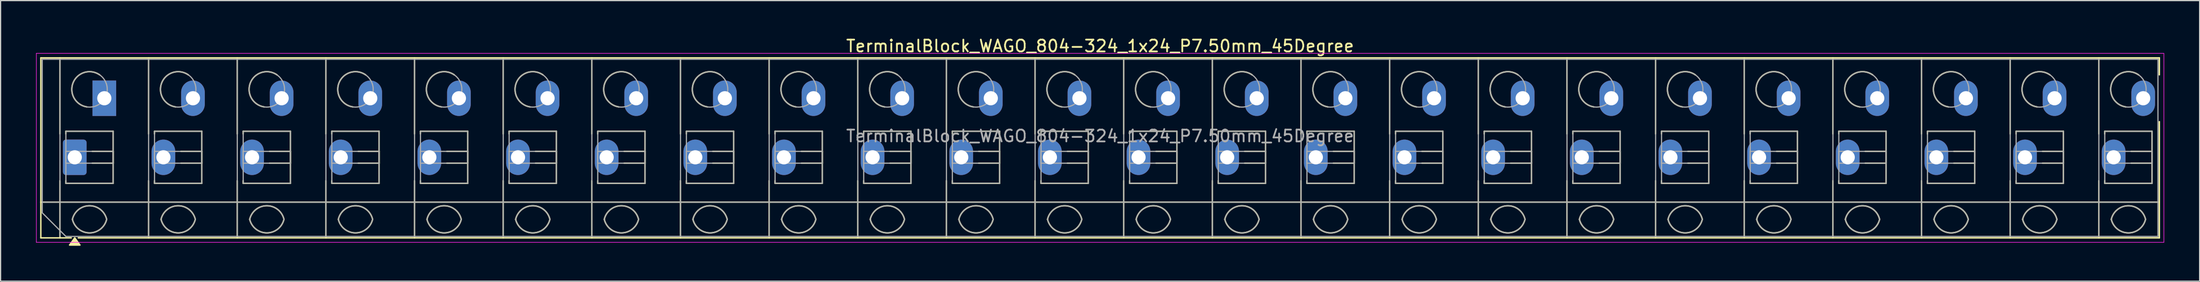
<source format=kicad_pcb>
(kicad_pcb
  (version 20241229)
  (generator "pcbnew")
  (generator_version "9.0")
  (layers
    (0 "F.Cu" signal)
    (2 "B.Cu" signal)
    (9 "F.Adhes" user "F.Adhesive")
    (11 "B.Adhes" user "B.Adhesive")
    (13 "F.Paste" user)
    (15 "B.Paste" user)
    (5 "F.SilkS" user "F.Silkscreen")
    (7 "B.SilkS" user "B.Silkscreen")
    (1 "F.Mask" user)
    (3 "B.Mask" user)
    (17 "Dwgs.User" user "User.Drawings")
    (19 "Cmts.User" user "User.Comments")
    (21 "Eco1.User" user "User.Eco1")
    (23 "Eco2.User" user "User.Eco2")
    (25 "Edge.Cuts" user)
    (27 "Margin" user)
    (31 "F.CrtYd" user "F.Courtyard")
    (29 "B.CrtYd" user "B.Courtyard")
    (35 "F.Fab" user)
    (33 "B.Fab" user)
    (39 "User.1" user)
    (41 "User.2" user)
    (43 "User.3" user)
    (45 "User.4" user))
  (footprint "TerminalBlock_WAGO_804-324_1x24_P7.50mm_45Degree"
    (layer "F.Cu")
    (at 3.275 10.268)
    (property "Reference" "TerminalBlock_WAGO_804-324_1x24_P7.50mm_45Degree" (at 86.75 -9.42 0) (layer "F.SilkS") (effects (font (size 1 1) (thickness 0.15))))
    (attr through_hole)
    (fp_line (start -2.87 -8.42) (end -2.87 6.82) (stroke (width 0.12) (type solid)) (layer "F.SilkS"))
    (fp_line (start -2.87 -8.42) (end 176.37 -8.42) (stroke (width 0.12) (type solid)) (layer "F.SilkS"))
    (fp_line (start -2.87 3.8) (end 176.37 3.8) (stroke (width 0.12) (type solid)) (layer "F.SilkS"))
    (fp_line (start -2.87 6.82) (end -0.3 6.82) (stroke (width 0.12) (type solid)) (layer "F.SilkS"))
    (fp_line (start -1.25 -8.42) (end -1.25 -1.98) (stroke (width 0.12) (type solid)) (layer "F.SilkS"))
    (fp_line (start -1.25 1.98) (end -1.25 6.82) (stroke (width 0.12) (type solid)) (layer "F.SilkS"))
    (fp_line (start -0.75 -2.2) (end -0.75 -1.98) (stroke (width 0.12) (type solid)) (layer "F.SilkS"))
    (fp_line (start -0.75 -2.2) (end 3.25 -2.2) (stroke (width 0.12) (type solid)) (layer "F.SilkS"))
    (fp_line (start -0.75 1.98) (end -0.75 2.2) (stroke (width 0.12) (type solid)) (layer "F.SilkS"))
    (fp_line (start -0.75 2.2) (end 3.25 2.2) (stroke (width 0.12) (type solid)) (layer "F.SilkS"))
    (fp_line (start 0.3 6.82) (end 176.37 6.82) (stroke (width 0.12) (type solid)) (layer "F.SilkS"))
    (fp_line (start 1.48 -0.5) (end 3.25 -0.5) (stroke (width 0.12) (type solid)) (layer "F.SilkS"))
    (fp_line (start 1.48 0.5) (end 3.25 0.5) (stroke (width 0.12) (type solid)) (layer "F.SilkS"))
    (fp_line (start 3.25 -2.2) (end 3.25 2.2) (stroke (width 0.12) (type solid)) (layer "F.SilkS"))
    (fp_line (start 3.25 -0.5) (end 3.25 0.5) (stroke (width 0.12) (type solid)) (layer "F.SilkS"))
    (fp_line (start 6.25 -8.42) (end 6.25 -1.98) (stroke (width 0.12) (type solid)) (layer "F.SilkS"))
    (fp_line (start 6.25 1.98) (end 6.25 6.82) (stroke (width 0.12) (type solid)) (layer "F.SilkS"))
    (fp_line (start 6.75 -2.2) (end 6.75 -1.98) (stroke (width 0.12) (type solid)) (layer "F.SilkS"))
    (fp_line (start 6.75 -2.2) (end 10.75 -2.2) (stroke (width 0.12) (type solid)) (layer "F.SilkS"))
    (fp_line (start 6.75 1.98) (end 6.75 2.2) (stroke (width 0.12) (type solid)) (layer "F.SilkS"))
    (fp_line (start 6.75 2.2) (end 10.75 2.2) (stroke (width 0.12) (type solid)) (layer "F.SilkS"))
    (fp_line (start 8.98 -0.5) (end 10.75 -0.5) (stroke (width 0.12) (type solid)) (layer "F.SilkS"))
    (fp_line (start 8.98 0.5) (end 10.75 0.5) (stroke (width 0.12) (type solid)) (layer "F.SilkS"))
    (fp_line (start 10.75 -2.2) (end 10.75 2.2) (stroke (width 0.12) (type solid)) (layer "F.SilkS"))
    (fp_line (start 10.75 -0.5) (end 10.75 0.5) (stroke (width 0.12) (type solid)) (layer "F.SilkS"))
    (fp_line (start 13.75 -8.42) (end 13.75 -1.98) (stroke (width 0.12) (type solid)) (layer "F.SilkS"))
    (fp_line (start 13.75 1.98) (end 13.75 6.82) (stroke (width 0.12) (type solid)) (layer "F.SilkS"))
    (fp_line (start 14.25 -2.2) (end 14.25 -1.98) (stroke (width 0.12) (type solid)) (layer "F.SilkS"))
    (fp_line (start 14.25 -2.2) (end 18.25 -2.2) (stroke (width 0.12) (type solid)) (layer "F.SilkS"))
    (fp_line (start 14.25 1.98) (end 14.25 2.2) (stroke (width 0.12) (type solid)) (layer "F.SilkS"))
    (fp_line (start 14.25 2.2) (end 18.25 2.2) (stroke (width 0.12) (type solid)) (layer "F.SilkS"))
    (fp_line (start 16.48 -0.5) (end 18.25 -0.5) (stroke (width 0.12) (type solid)) (layer "F.SilkS"))
    (fp_line (start 16.48 0.5) (end 18.25 0.5) (stroke (width 0.12) (type solid)) (layer "F.SilkS"))
    (fp_line (start 18.25 -2.2) (end 18.25 2.2) (stroke (width 0.12) (type solid)) (layer "F.SilkS"))
    (fp_line (start 18.25 -0.5) (end 18.25 0.5) (stroke (width 0.12) (type solid)) (layer "F.SilkS"))
    (fp_line (start 21.25 -8.42) (end 21.25 -1.98) (stroke (width 0.12) (type solid)) (layer "F.SilkS"))
    (fp_line (start 21.25 1.98) (end 21.25 6.82) (stroke (width 0.12) (type solid)) (layer "F.SilkS"))
    (fp_line (start 21.75 -2.2) (end 21.75 -1.98) (stroke (width 0.12) (type solid)) (layer "F.SilkS"))
    (fp_line (start 21.75 -2.2) (end 25.75 -2.2) (stroke (width 0.12) (type solid)) (layer "F.SilkS"))
    (fp_line (start 21.75 1.98) (end 21.75 2.2) (stroke (width 0.12) (type solid)) (layer "F.SilkS"))
    (fp_line (start 21.75 2.2) (end 25.75 2.2) (stroke (width 0.12) (type solid)) (layer "F.SilkS"))
    (fp_line (start 23.98 -0.5) (end 25.75 -0.5) (stroke (width 0.12) (type solid)) (layer "F.SilkS"))
    (fp_line (start 23.98 0.5) (end 25.75 0.5) (stroke (width 0.12) (type solid)) (layer "F.SilkS"))
    (fp_line (start 25.75 -2.2) (end 25.75 2.2) (stroke (width 0.12) (type solid)) (layer "F.SilkS"))
    (fp_line (start 25.75 -0.5) (end 25.75 0.5) (stroke (width 0.12) (type solid)) (layer "F.SilkS"))
    (fp_line (start 28.75 -8.42) (end 28.75 -1.98) (stroke (width 0.12) (type solid)) (layer "F.SilkS"))
    (fp_line (start 28.75 1.98) (end 28.75 6.82) (stroke (width 0.12) (type solid)) (layer "F.SilkS"))
    (fp_line (start 29.25 -2.2) (end 29.25 -1.98) (stroke (width 0.12) (type solid)) (layer "F.SilkS"))
    (fp_line (start 29.25 -2.2) (end 33.25 -2.2) (stroke (width 0.12) (type solid)) (layer "F.SilkS"))
    (fp_line (start 29.25 1.98) (end 29.25 2.2) (stroke (width 0.12) (type solid)) (layer "F.SilkS"))
    (fp_line (start 29.25 2.2) (end 33.25 2.2) (stroke (width 0.12) (type solid)) (layer "F.SilkS"))
    (fp_line (start 31.48 -0.5) (end 33.25 -0.5) (stroke (width 0.12) (type solid)) (layer "F.SilkS"))
    (fp_line (start 31.48 0.5) (end 33.25 0.5) (stroke (width 0.12) (type solid)) (layer "F.SilkS"))
    (fp_line (start 33.25 -2.2) (end 33.25 2.2) (stroke (width 0.12) (type solid)) (layer "F.SilkS"))
    (fp_line (start 33.25 -0.5) (end 33.25 0.5) (stroke (width 0.12) (type solid)) (layer "F.SilkS"))
    (fp_line (start 36.25 -8.42) (end 36.25 -1.98) (stroke (width 0.12) (type solid)) (layer "F.SilkS"))
    (fp_line (start 36.25 1.98) (end 36.25 6.82) (stroke (width 0.12) (type solid)) (layer "F.SilkS"))
    (fp_line (start 36.75 -2.2) (end 36.75 -1.98) (stroke (width 0.12) (type solid)) (layer "F.SilkS"))
    (fp_line (start 36.75 -2.2) (end 40.75 -2.2) (stroke (width 0.12) (type solid)) (layer "F.SilkS"))
    (fp_line (start 36.75 1.98) (end 36.75 2.2) (stroke (width 0.12) (type solid)) (layer "F.SilkS"))
    (fp_line (start 36.75 2.2) (end 40.75 2.2) (stroke (width 0.12) (type solid)) (layer "F.SilkS"))
    (fp_line (start 38.98 -0.5) (end 40.75 -0.5) (stroke (width 0.12) (type solid)) (layer "F.SilkS"))
    (fp_line (start 38.98 0.5) (end 40.75 0.5) (stroke (width 0.12) (type solid)) (layer "F.SilkS"))
    (fp_line (start 40.75 -2.2) (end 40.75 2.2) (stroke (width 0.12) (type solid)) (layer "F.SilkS"))
    (fp_line (start 40.75 -0.5) (end 40.75 0.5) (stroke (width 0.12) (type solid)) (layer "F.SilkS"))
    (fp_line (start 43.75 -8.42) (end 43.75 -1.98) (stroke (width 0.12) (type solid)) (layer "F.SilkS"))
    (fp_line (start 43.75 1.98) (end 43.75 6.82) (stroke (width 0.12) (type solid)) (layer "F.SilkS"))
    (fp_line (start 44.25 -2.2) (end 44.25 -1.98) (stroke (width 0.12) (type solid)) (layer "F.SilkS"))
    (fp_line (start 44.25 -2.2) (end 48.25 -2.2) (stroke (width 0.12) (type solid)) (layer "F.SilkS"))
    (fp_line (start 44.25 1.98) (end 44.25 2.2) (stroke (width 0.12) (type solid)) (layer "F.SilkS"))
    (fp_line (start 44.25 2.2) (end 48.25 2.2) (stroke (width 0.12) (type solid)) (layer "F.SilkS"))
    (fp_line (start 46.48 -0.5) (end 48.25 -0.5) (stroke (width 0.12) (type solid)) (layer "F.SilkS"))
    (fp_line (start 46.48 0.5) (end 48.25 0.5) (stroke (width 0.12) (type solid)) (layer "F.SilkS"))
    (fp_line (start 48.25 -2.2) (end 48.25 2.2) (stroke (width 0.12) (type solid)) (layer "F.SilkS"))
    (fp_line (start 48.25 -0.5) (end 48.25 0.5) (stroke (width 0.12) (type solid)) (layer "F.SilkS"))
    (fp_line (start 51.25 -8.42) (end 51.25 -1.98) (stroke (width 0.12) (type solid)) (layer "F.SilkS"))
    (fp_line (start 51.25 1.98) (end 51.25 6.82) (stroke (width 0.12) (type solid)) (layer "F.SilkS"))
    (fp_line (start 51.75 -2.2) (end 51.75 -1.98) (stroke (width 0.12) (type solid)) (layer "F.SilkS"))
    (fp_line (start 51.75 -2.2) (end 55.75 -2.2) (stroke (width 0.12) (type solid)) (layer "F.SilkS"))
    (fp_line (start 51.75 1.98) (end 51.75 2.2) (stroke (width 0.12) (type solid)) (layer "F.SilkS"))
    (fp_line (start 51.75 2.2) (end 55.75 2.2) (stroke (width 0.12) (type solid)) (layer "F.SilkS"))
    (fp_line (start 53.98 -0.5) (end 55.75 -0.5) (stroke (width 0.12) (type solid)) (layer "F.SilkS"))
    (fp_line (start 53.98 0.5) (end 55.75 0.5) (stroke (width 0.12) (type solid)) (layer "F.SilkS"))
    (fp_line (start 55.75 -2.2) (end 55.75 2.2) (stroke (width 0.12) (type solid)) (layer "F.SilkS"))
    (fp_line (start 55.75 -0.5) (end 55.75 0.5) (stroke (width 0.12) (type solid)) (layer "F.SilkS"))
    (fp_line (start 58.75 -8.42) (end 58.75 -1.98) (stroke (width 0.12) (type solid)) (layer "F.SilkS"))
    (fp_line (start 58.75 1.98) (end 58.75 6.82) (stroke (width 0.12) (type solid)) (layer "F.SilkS"))
    (fp_line (start 59.25 -2.2) (end 59.25 -1.98) (stroke (width 0.12) (type solid)) (layer "F.SilkS"))
    (fp_line (start 59.25 -2.2) (end 63.25 -2.2) (stroke (width 0.12) (type solid)) (layer "F.SilkS"))
    (fp_line (start 59.25 1.98) (end 59.25 2.2) (stroke (width 0.12) (type solid)) (layer "F.SilkS"))
    (fp_line (start 59.25 2.2) (end 63.25 2.2) (stroke (width 0.12) (type solid)) (layer "F.SilkS"))
    (fp_line (start 61.48 -0.5) (end 63.25 -0.5) (stroke (width 0.12) (type solid)) (layer "F.SilkS"))
    (fp_line (start 61.48 0.5) (end 63.25 0.5) (stroke (width 0.12) (type solid)) (layer "F.SilkS"))
    (fp_line (start 63.25 -2.2) (end 63.25 2.2) (stroke (width 0.12) (type solid)) (layer "F.SilkS"))
    (fp_line (start 63.25 -0.5) (end 63.25 0.5) (stroke (width 0.12) (type solid)) (layer "F.SilkS"))
    (fp_line (start 66.25 -8.42) (end 66.25 -1.98) (stroke (width 0.12) (type solid)) (layer "F.SilkS"))
    (fp_line (start 66.25 1.98) (end 66.25 6.82) (stroke (width 0.12) (type solid)) (layer "F.SilkS"))
    (fp_line (start 66.75 -2.2) (end 66.75 -1.98) (stroke (width 0.12) (type solid)) (layer "F.SilkS"))
    (fp_line (start 66.75 -2.2) (end 70.75 -2.2) (stroke (width 0.12) (type solid)) (layer "F.SilkS"))
    (fp_line (start 66.75 1.98) (end 66.75 2.2) (stroke (width 0.12) (type solid)) (layer "F.SilkS"))
    (fp_line (start 66.75 2.2) (end 70.75 2.2) (stroke (width 0.12) (type solid)) (layer "F.SilkS"))
    (fp_line (start 68.98 -0.5) (end 70.75 -0.5) (stroke (width 0.12) (type solid)) (layer "F.SilkS"))
    (fp_line (start 68.98 0.5) (end 70.75 0.5) (stroke (width 0.12) (type solid)) (layer "F.SilkS"))
    (fp_line (start 70.75 -2.2) (end 70.75 2.2) (stroke (width 0.12) (type solid)) (layer "F.SilkS"))
    (fp_line (start 70.75 -0.5) (end 70.75 0.5) (stroke (width 0.12) (type solid)) (layer "F.SilkS"))
    (fp_line (start 73.75 -8.42) (end 73.75 -1.98) (stroke (width 0.12) (type solid)) (layer "F.SilkS"))
    (fp_line (start 73.75 1.98) (end 73.75 6.82) (stroke (width 0.12) (type solid)) (layer "F.SilkS"))
    (fp_line (start 74.25 -2.2) (end 74.25 -1.98) (stroke (width 0.12) (type solid)) (layer "F.SilkS"))
    (fp_line (start 74.25 -2.2) (end 78.25 -2.2) (stroke (width 0.12) (type solid)) (layer "F.SilkS"))
    (fp_line (start 74.25 1.98) (end 74.25 2.2) (stroke (width 0.12) (type solid)) (layer "F.SilkS"))
    (fp_line (start 74.25 2.2) (end 78.25 2.2) (stroke (width 0.12) (type solid)) (layer "F.SilkS"))
    (fp_line (start 76.48 -0.5) (end 78.25 -0.5) (stroke (width 0.12) (type solid)) (layer "F.SilkS"))
    (fp_line (start 76.48 0.5) (end 78.25 0.5) (stroke (width 0.12) (type solid)) (layer "F.SilkS"))
    (fp_line (start 78.25 -2.2) (end 78.25 2.2) (stroke (width 0.12) (type solid)) (layer "F.SilkS"))
    (fp_line (start 78.25 -0.5) (end 78.25 0.5) (stroke (width 0.12) (type solid)) (layer "F.SilkS"))
    (fp_line (start 81.25 -8.42) (end 81.25 -1.98) (stroke (width 0.12) (type solid)) (layer "F.SilkS"))
    (fp_line (start 81.25 1.98) (end 81.25 6.82) (stroke (width 0.12) (type solid)) (layer "F.SilkS"))
    (fp_line (start 81.75 -2.2) (end 81.75 -1.98) (stroke (width 0.12) (type solid)) (layer "F.SilkS"))
    (fp_line (start 81.75 -2.2) (end 85.75 -2.2) (stroke (width 0.12) (type solid)) (layer "F.SilkS"))
    (fp_line (start 81.75 1.98) (end 81.75 2.2) (stroke (width 0.12) (type solid)) (layer "F.SilkS"))
    (fp_line (start 81.75 2.2) (end 85.75 2.2) (stroke (width 0.12) (type solid)) (layer "F.SilkS"))
    (fp_line (start 83.98 -0.5) (end 85.75 -0.5) (stroke (width 0.12) (type solid)) (layer "F.SilkS"))
    (fp_line (start 83.98 0.5) (end 85.75 0.5) (stroke (width 0.12) (type solid)) (layer "F.SilkS"))
    (fp_line (start 85.75 -2.2) (end 85.75 2.2) (stroke (width 0.12) (type solid)) (layer "F.SilkS"))
    (fp_line (start 85.75 -0.5) (end 85.75 0.5) (stroke (width 0.12) (type solid)) (layer "F.SilkS"))
    (fp_line (start 88.75 -8.42) (end 88.75 -1.98) (stroke (width 0.12) (type solid)) (layer "F.SilkS"))
    (fp_line (start 88.75 1.98) (end 88.75 6.82) (stroke (width 0.12) (type solid)) (layer "F.SilkS"))
    (fp_line (start 89.25 -2.2) (end 89.25 -1.98) (stroke (width 0.12) (type solid)) (layer "F.SilkS"))
    (fp_line (start 89.25 -2.2) (end 93.25 -2.2) (stroke (width 0.12) (type solid)) (layer "F.SilkS"))
    (fp_line (start 89.25 1.98) (end 89.25 2.2) (stroke (width 0.12) (type solid)) (layer "F.SilkS"))
    (fp_line (start 89.25 2.2) (end 93.25 2.2) (stroke (width 0.12) (type solid)) (layer "F.SilkS"))
    (fp_line (start 91.48 -0.5) (end 93.25 -0.5) (stroke (width 0.12) (type solid)) (layer "F.SilkS"))
    (fp_line (start 91.48 0.5) (end 93.25 0.5) (stroke (width 0.12) (type solid)) (layer "F.SilkS"))
    (fp_line (start 93.25 -2.2) (end 93.25 2.2) (stroke (width 0.12) (type solid)) (layer "F.SilkS"))
    (fp_line (start 93.25 -0.5) (end 93.25 0.5) (stroke (width 0.12) (type solid)) (layer "F.SilkS"))
    (fp_line (start 96.25 -8.42) (end 96.25 -1.98) (stroke (width 0.12) (type solid)) (layer "F.SilkS"))
    (fp_line (start 96.25 1.98) (end 96.25 6.82) (stroke (width 0.12) (type solid)) (layer "F.SilkS"))
    (fp_line (start 96.75 -2.2) (end 96.75 -1.98) (stroke (width 0.12) (type solid)) (layer "F.SilkS"))
    (fp_line (start 96.75 -2.2) (end 100.75 -2.2) (stroke (width 0.12) (type solid)) (layer "F.SilkS"))
    (fp_line (start 96.75 1.98) (end 96.75 2.2) (stroke (width 0.12) (type solid)) (layer "F.SilkS"))
    (fp_line (start 96.75 2.2) (end 100.75 2.2) (stroke (width 0.12) (type solid)) (layer "F.SilkS"))
    (fp_line (start 98.98 -0.5) (end 100.75 -0.5) (stroke (width 0.12) (type solid)) (layer "F.SilkS"))
    (fp_line (start 98.98 0.5) (end 100.75 0.5) (stroke (width 0.12) (type solid)) (layer "F.SilkS"))
    (fp_line (start 100.75 -2.2) (end 100.75 2.2) (stroke (width 0.12) (type solid)) (layer "F.SilkS"))
    (fp_line (start 100.75 -0.5) (end 100.75 0.5) (stroke (width 0.12) (type solid)) (layer "F.SilkS"))
    (fp_line (start 103.75 -8.42) (end 103.75 -1.98) (stroke (width 0.12) (type solid)) (layer "F.SilkS"))
    (fp_line (start 103.75 1.98) (end 103.75 6.82) (stroke (width 0.12) (type solid)) (layer "F.SilkS"))
    (fp_line (start 104.25 -2.2) (end 104.25 -1.98) (stroke (width 0.12) (type solid)) (layer "F.SilkS"))
    (fp_line (start 104.25 -2.2) (end 108.25 -2.2) (stroke (width 0.12) (type solid)) (layer "F.SilkS"))
    (fp_line (start 104.25 1.98) (end 104.25 2.2) (stroke (width 0.12) (type solid)) (layer "F.SilkS"))
    (fp_line (start 104.25 2.2) (end 108.25 2.2) (stroke (width 0.12) (type solid)) (layer "F.SilkS"))
    (fp_line (start 106.48 -0.5) (end 108.25 -0.5) (stroke (width 0.12) (type solid)) (layer "F.SilkS"))
    (fp_line (start 106.48 0.5) (end 108.25 0.5) (stroke (width 0.12) (type solid)) (layer "F.SilkS"))
    (fp_line (start 108.25 -2.2) (end 108.25 2.2) (stroke (width 0.12) (type solid)) (layer "F.SilkS"))
    (fp_line (start 108.25 -0.5) (end 108.25 0.5) (stroke (width 0.12) (type solid)) (layer "F.SilkS"))
    (fp_line (start 111.25 -8.42) (end 111.25 -1.98) (stroke (width 0.12) (type solid)) (layer "F.SilkS"))
    (fp_line (start 111.25 1.98) (end 111.25 6.82) (stroke (width 0.12) (type solid)) (layer "F.SilkS"))
    (fp_line (start 111.75 -2.2) (end 111.75 -1.98) (stroke (width 0.12) (type solid)) (layer "F.SilkS"))
    (fp_line (start 111.75 -2.2) (end 115.75 -2.2) (stroke (width 0.12) (type solid)) (layer "F.SilkS"))
    (fp_line (start 111.75 1.98) (end 111.75 2.2) (stroke (width 0.12) (type solid)) (layer "F.SilkS"))
    (fp_line (start 111.75 2.2) (end 115.75 2.2) (stroke (width 0.12) (type solid)) (layer "F.SilkS"))
    (fp_line (start 113.98 -0.5) (end 115.75 -0.5) (stroke (width 0.12) (type solid)) (layer "F.SilkS"))
    (fp_line (start 113.98 0.5) (end 115.75 0.5) (stroke (width 0.12) (type solid)) (layer "F.SilkS"))
    (fp_line (start 115.75 -2.2) (end 115.75 2.2) (stroke (width 0.12) (type solid)) (layer "F.SilkS"))
    (fp_line (start 115.75 -0.5) (end 115.75 0.5) (stroke (width 0.12) (type solid)) (layer "F.SilkS"))
    (fp_line (start 118.75 -8.42) (end 118.75 -1.98) (stroke (width 0.12) (type solid)) (layer "F.SilkS"))
    (fp_line (start 118.75 1.98) (end 118.75 6.82) (stroke (width 0.12) (type solid)) (layer "F.SilkS"))
    (fp_line (start 119.25 -2.2) (end 119.25 -1.98) (stroke (width 0.12) (type solid)) (layer "F.SilkS"))
    (fp_line (start 119.25 -2.2) (end 123.25 -2.2) (stroke (width 0.12) (type solid)) (layer "F.SilkS"))
    (fp_line (start 119.25 1.98) (end 119.25 2.2) (stroke (width 0.12) (type solid)) (layer "F.SilkS"))
    (fp_line (start 119.25 2.2) (end 123.25 2.2) (stroke (width 0.12) (type solid)) (layer "F.SilkS"))
    (fp_line (start 121.48 -0.5) (end 123.25 -0.5) (stroke (width 0.12) (type solid)) (layer "F.SilkS"))
    (fp_line (start 121.48 0.5) (end 123.25 0.5) (stroke (width 0.12) (type solid)) (layer "F.SilkS"))
    (fp_line (start 123.25 -2.2) (end 123.25 2.2) (stroke (width 0.12) (type solid)) (layer "F.SilkS"))
    (fp_line (start 123.25 -0.5) (end 123.25 0.5) (stroke (width 0.12) (type solid)) (layer "F.SilkS"))
    (fp_line (start 126.25 -8.42) (end 126.25 -1.98) (stroke (width 0.12) (type solid)) (layer "F.SilkS"))
    (fp_line (start 126.25 1.98) (end 126.25 6.82) (stroke (width 0.12) (type solid)) (layer "F.SilkS"))
    (fp_line (start 126.75 -2.2) (end 126.75 -1.98) (stroke (width 0.12) (type solid)) (layer "F.SilkS"))
    (fp_line (start 126.75 -2.2) (end 130.75 -2.2) (stroke (width 0.12) (type solid)) (layer "F.SilkS"))
    (fp_line (start 126.75 1.98) (end 126.75 2.2) (stroke (width 0.12) (type solid)) (layer "F.SilkS"))
    (fp_line (start 126.75 2.2) (end 130.75 2.2) (stroke (width 0.12) (type solid)) (layer "F.SilkS"))
    (fp_line (start 128.98 -0.5) (end 130.75 -0.5) (stroke (width 0.12) (type solid)) (layer "F.SilkS"))
    (fp_line (start 128.98 0.5) (end 130.75 0.5) (stroke (width 0.12) (type solid)) (layer "F.SilkS"))
    (fp_line (start 130.75 -2.2) (end 130.75 2.2) (stroke (width 0.12) (type solid)) (layer "F.SilkS"))
    (fp_line (start 130.75 -0.5) (end 130.75 0.5) (stroke (width 0.12) (type solid)) (layer "F.SilkS"))
    (fp_line (start 133.75 -8.42) (end 133.75 -1.98) (stroke (width 0.12) (type solid)) (layer "F.SilkS"))
    (fp_line (start 133.75 1.98) (end 133.75 6.82) (stroke (width 0.12) (type solid)) (layer "F.SilkS"))
    (fp_line (start 134.25 -2.2) (end 134.25 -1.98) (stroke (width 0.12) (type solid)) (layer "F.SilkS"))
    (fp_line (start 134.25 -2.2) (end 138.25 -2.2) (stroke (width 0.12) (type solid)) (layer "F.SilkS"))
    (fp_line (start 134.25 1.98) (end 134.25 2.2) (stroke (width 0.12) (type solid)) (layer "F.SilkS"))
    (fp_line (start 134.25 2.2) (end 138.25 2.2) (stroke (width 0.12) (type solid)) (layer "F.SilkS"))
    (fp_line (start 136.48 -0.5) (end 138.25 -0.5) (stroke (width 0.12) (type solid)) (layer "F.SilkS"))
    (fp_line (start 136.48 0.5) (end 138.25 0.5) (stroke (width 0.12) (type solid)) (layer "F.SilkS"))
    (fp_line (start 138.25 -2.2) (end 138.25 2.2) (stroke (width 0.12) (type solid)) (layer "F.SilkS"))
    (fp_line (start 138.25 -0.5) (end 138.25 0.5) (stroke (width 0.12) (type solid)) (layer "F.SilkS"))
    (fp_line (start 141.25 -8.42) (end 141.25 -1.98) (stroke (width 0.12) (type solid)) (layer "F.SilkS"))
    (fp_line (start 141.25 1.98) (end 141.25 6.82) (stroke (width 0.12) (type solid)) (layer "F.SilkS"))
    (fp_line (start 141.75 -2.2) (end 141.75 -1.98) (stroke (width 0.12) (type solid)) (layer "F.SilkS"))
    (fp_line (start 141.75 -2.2) (end 145.75 -2.2) (stroke (width 0.12) (type solid)) (layer "F.SilkS"))
    (fp_line (start 141.75 1.98) (end 141.75 2.2) (stroke (width 0.12) (type solid)) (layer "F.SilkS"))
    (fp_line (start 141.75 2.2) (end 145.75 2.2) (stroke (width 0.12) (type solid)) (layer "F.SilkS"))
    (fp_line (start 143.98 -0.5) (end 145.75 -0.5) (stroke (width 0.12) (type solid)) (layer "F.SilkS"))
    (fp_line (start 143.98 0.5) (end 145.75 0.5) (stroke (width 0.12) (type solid)) (layer "F.SilkS"))
    (fp_line (start 145.75 -2.2) (end 145.75 2.2) (stroke (width 0.12) (type solid)) (layer "F.SilkS"))
    (fp_line (start 145.75 -0.5) (end 145.75 0.5) (stroke (width 0.12) (type solid)) (layer "F.SilkS"))
    (fp_line (start 148.75 -8.42) (end 148.75 -1.98) (stroke (width 0.12) (type solid)) (layer "F.SilkS"))
    (fp_line (start 148.75 1.98) (end 148.75 6.82) (stroke (width 0.12) (type solid)) (layer "F.SilkS"))
    (fp_line (start 149.25 -2.2) (end 149.25 -1.98) (stroke (width 0.12) (type solid)) (layer "F.SilkS"))
    (fp_line (start 149.25 -2.2) (end 153.25 -2.2) (stroke (width 0.12) (type solid)) (layer "F.SilkS"))
    (fp_line (start 149.25 1.98) (end 149.25 2.2) (stroke (width 0.12) (type solid)) (layer "F.SilkS"))
    (fp_line (start 149.25 2.2) (end 153.25 2.2) (stroke (width 0.12) (type solid)) (layer "F.SilkS"))
    (fp_line (start 151.48 -0.5) (end 153.25 -0.5) (stroke (width 0.12) (type solid)) (layer "F.SilkS"))
    (fp_line (start 151.48 0.5) (end 153.25 0.5) (stroke (width 0.12) (type solid)) (layer "F.SilkS"))
    (fp_line (start 153.25 -2.2) (end 153.25 2.2) (stroke (width 0.12) (type solid)) (layer "F.SilkS"))
    (fp_line (start 153.25 -0.5) (end 153.25 0.5) (stroke (width 0.12) (type solid)) (layer "F.SilkS"))
    (fp_line (start 156.25 -8.42) (end 156.25 -1.98) (stroke (width 0.12) (type solid)) (layer "F.SilkS"))
    (fp_line (start 156.25 1.98) (end 156.25 6.82) (stroke (width 0.12) (type solid)) (layer "F.SilkS"))
    (fp_line (start 156.75 -2.2) (end 156.75 -1.98) (stroke (width 0.12) (type solid)) (layer "F.SilkS"))
    (fp_line (start 156.75 -2.2) (end 160.75 -2.2) (stroke (width 0.12) (type solid)) (layer "F.SilkS"))
    (fp_line (start 156.75 1.98) (end 156.75 2.2) (stroke (width 0.12) (type solid)) (layer "F.SilkS"))
    (fp_line (start 156.75 2.2) (end 160.75 2.2) (stroke (width 0.12) (type solid)) (layer "F.SilkS"))
    (fp_line (start 158.98 -0.5) (end 160.75 -0.5) (stroke (width 0.12) (type solid)) (layer "F.SilkS"))
    (fp_line (start 158.98 0.5) (end 160.75 0.5) (stroke (width 0.12) (type solid)) (layer "F.SilkS"))
    (fp_line (start 160.75 -2.2) (end 160.75 2.2) (stroke (width 0.12) (type solid)) (layer "F.SilkS"))
    (fp_line (start 160.75 -0.5) (end 160.75 0.5) (stroke (width 0.12) (type solid)) (layer "F.SilkS"))
    (fp_line (start 163.75 -8.42) (end 163.75 -1.98) (stroke (width 0.12) (type solid)) (layer "F.SilkS"))
    (fp_line (start 163.75 1.98) (end 163.75 6.82) (stroke (width 0.12) (type solid)) (layer "F.SilkS"))
    (fp_line (start 164.25 -2.2) (end 164.25 -1.98) (stroke (width 0.12) (type solid)) (layer "F.SilkS"))
    (fp_line (start 164.25 -2.2) (end 168.25 -2.2) (stroke (width 0.12) (type solid)) (layer "F.SilkS"))
    (fp_line (start 164.25 1.98) (end 164.25 2.2) (stroke (width 0.12) (type solid)) (layer "F.SilkS"))
    (fp_line (start 164.25 2.2) (end 168.25 2.2) (stroke (width 0.12) (type solid)) (layer "F.SilkS"))
    (fp_line (start 166.48 -0.5) (end 168.25 -0.5) (stroke (width 0.12) (type solid)) (layer "F.SilkS"))
    (fp_line (start 166.48 0.5) (end 168.25 0.5) (stroke (width 0.12) (type solid)) (layer "F.SilkS"))
    (fp_line (start 168.25 -2.2) (end 168.25 2.2) (stroke (width 0.12) (type solid)) (layer "F.SilkS"))
    (fp_line (start 168.25 -0.5) (end 168.25 0.5) (stroke (width 0.12) (type solid)) (layer "F.SilkS"))
    (fp_line (start 171.25 -8.42) (end 171.25 -1.98) (stroke (width 0.12) (type solid)) (layer "F.SilkS"))
    (fp_line (start 171.25 1.98) (end 171.25 6.82) (stroke (width 0.12) (type solid)) (layer "F.SilkS"))
    (fp_line (start 171.75 -2.2) (end 171.75 -1.98) (stroke (width 0.12) (type solid)) (layer "F.SilkS"))
    (fp_line (start 171.75 -2.2) (end 175.75 -2.2) (stroke (width 0.12) (type solid)) (layer "F.SilkS"))
    (fp_line (start 171.75 1.98) (end 171.75 2.2) (stroke (width 0.12) (type solid)) (layer "F.SilkS"))
    (fp_line (start 171.75 2.2) (end 175.75 2.2) (stroke (width 0.12) (type solid)) (layer "F.SilkS"))
    (fp_line (start 173.98 -0.5) (end 175.75 -0.5) (stroke (width 0.12) (type solid)) (layer "F.SilkS"))
    (fp_line (start 173.98 0.5) (end 175.75 0.5) (stroke (width 0.12) (type solid)) (layer "F.SilkS"))
    (fp_line (start 175.75 -2.2) (end 175.75 2.2) (stroke (width 0.12) (type solid)) (layer "F.SilkS"))
    (fp_line (start 175.75 -0.5) (end 175.75 0.5) (stroke (width 0.12) (type solid)) (layer "F.SilkS"))
    (fp_line (start 176.37 -8.42) (end 176.37 -6.98) (stroke (width 0.12) (type solid)) (layer "F.SilkS"))
    (fp_line (start 176.37 -3.02) (end 176.37 6.82) (stroke (width 0.12) (type solid)) (layer "F.SilkS"))
    (fp_arc (start -0.2 5.25) (mid 1.25 4.1) (end 2.7 5.25) (stroke (width 0.12) (type solid)) (layer "F.SilkS"))
    (fp_arc (start 1.02 -4.268) (mid -0.141916 -6.309209) (end 2.109 -6.98) (stroke (width 0.12) (type solid)) (layer "F.SilkS"))
    (fp_arc (start 2.7 5.25) (mid 1.25 6.4) (end -0.2 5.25) (stroke (width 0.12) (type solid)) (layer "F.SilkS"))
    (fp_arc (start 7.3 5.25) (mid 8.75 4.1) (end 10.2 5.25) (stroke (width 0.12) (type solid)) (layer "F.SilkS"))
    (fp_arc (start 8.52 -4.268) (mid 7.358084 -6.309209) (end 9.609 -6.98) (stroke (width 0.12) (type solid)) (layer "F.SilkS"))
    (fp_arc (start 10.2 5.25) (mid 8.75 6.4) (end 7.3 5.25) (stroke (width 0.12) (type solid)) (layer "F.SilkS"))
    (fp_arc (start 14.8 5.25) (mid 16.25 4.1) (end 17.7 5.25) (stroke (width 0.12) (type solid)) (layer "F.SilkS"))
    (fp_arc (start 16.02 -4.268) (mid 14.858084 -6.309209) (end 17.109 -6.98) (stroke (width 0.12) (type solid)) (layer "F.SilkS"))
    (fp_arc (start 17.7 5.25) (mid 16.25 6.4) (end 14.8 5.25) (stroke (width 0.12) (type solid)) (layer "F.SilkS"))
    (fp_arc (start 22.3 5.25) (mid 23.75 4.1) (end 25.2 5.25) (stroke (width 0.12) (type solid)) (layer "F.SilkS"))
    (fp_arc (start 23.52 -4.268) (mid 22.358084 -6.309209) (end 24.609 -6.98) (stroke (width 0.12) (type solid)) (layer "F.SilkS"))
    (fp_arc (start 25.2 5.25) (mid 23.75 6.4) (end 22.3 5.25) (stroke (width 0.12) (type solid)) (layer "F.SilkS"))
    (fp_arc (start 29.8 5.25) (mid 31.25 4.1) (end 32.7 5.25) (stroke (width 0.12) (type solid)) (layer "F.SilkS"))
    (fp_arc (start 31.02 -4.268) (mid 29.858084 -6.309209) (end 32.109 -6.98) (stroke (width 0.12) (type solid)) (layer "F.SilkS"))
    (fp_arc (start 32.7 5.25) (mid 31.25 6.4) (end 29.8 5.25) (stroke (width 0.12) (type solid)) (layer "F.SilkS"))
    (fp_arc (start 37.3 5.25) (mid 38.75 4.1) (end 40.2 5.25) (stroke (width 0.12) (type solid)) (layer "F.SilkS"))
    (fp_arc (start 38.52 -4.268) (mid 37.358084 -6.309209) (end 39.609 -6.98) (stroke (width 0.12) (type solid)) (layer "F.SilkS"))
    (fp_arc (start 40.2 5.25) (mid 38.75 6.4) (end 37.3 5.25) (stroke (width 0.12) (type solid)) (layer "F.SilkS"))
    (fp_arc (start 44.8 5.25) (mid 46.25 4.1) (end 47.7 5.25) (stroke (width 0.12) (type solid)) (layer "F.SilkS"))
    (fp_arc (start 46.02 -4.268) (mid 44.858084 -6.309209) (end 47.109 -6.98) (stroke (width 0.12) (type solid)) (layer "F.SilkS"))
    (fp_arc (start 47.7 5.25) (mid 46.25 6.4) (end 44.8 5.25) (stroke (width 0.12) (type solid)) (layer "F.SilkS"))
    (fp_arc (start 52.3 5.25) (mid 53.75 4.1) (end 55.2 5.25) (stroke (width 0.12) (type solid)) (layer "F.SilkS"))
    (fp_arc (start 53.52 -4.268) (mid 52.358084 -6.309209) (end 54.609 -6.98) (stroke (width 0.12) (type solid)) (layer "F.SilkS"))
    (fp_arc (start 55.2 5.25) (mid 53.75 6.4) (end 52.3 5.25) (stroke (width 0.12) (type solid)) (layer "F.SilkS"))
    (fp_arc (start 59.8 5.25) (mid 61.25 4.1) (end 62.7 5.25) (stroke (width 0.12) (type solid)) (layer "F.SilkS"))
    (fp_arc (start 61.02 -4.268) (mid 59.858084 -6.309209) (end 62.109 -6.98) (stroke (width 0.12) (type solid)) (layer "F.SilkS"))
    (fp_arc (start 62.7 5.25) (mid 61.25 6.4) (end 59.8 5.25) (stroke (width 0.12) (type solid)) (layer "F.SilkS"))
    (fp_arc (start 67.3 5.25) (mid 68.75 4.1) (end 70.2 5.25) (stroke (width 0.12) (type solid)) (layer "F.SilkS"))
    (fp_arc (start 68.52 -4.268) (mid 67.358084 -6.309209) (end 69.609 -6.98) (stroke (width 0.12) (type solid)) (layer "F.SilkS"))
    (fp_arc (start 70.2 5.25) (mid 68.75 6.4) (end 67.3 5.25) (stroke (width 0.12) (type solid)) (layer "F.SilkS"))
    (fp_arc (start 74.8 5.25) (mid 76.25 4.1) (end 77.7 5.25) (stroke (width 0.12) (type solid)) (layer "F.SilkS"))
    (fp_arc (start 76.02 -4.268) (mid 74.858084 -6.309209) (end 77.109 -6.98) (stroke (width 0.12) (type solid)) (layer "F.SilkS"))
    (fp_arc (start 77.7 5.25) (mid 76.25 6.4) (end 74.8 5.25) (stroke (width 0.12) (type solid)) (layer "F.SilkS"))
    (fp_arc (start 82.3 5.25) (mid 83.75 4.1) (end 85.2 5.25) (stroke (width 0.12) (type solid)) (layer "F.SilkS"))
    (fp_arc (start 83.52 -4.268) (mid 82.358084 -6.309209) (end 84.609 -6.98) (stroke (width 0.12) (type solid)) (layer "F.SilkS"))
    (fp_arc (start 85.2 5.25) (mid 83.75 6.4) (end 82.3 5.25) (stroke (width 0.12) (type solid)) (layer "F.SilkS"))
    (fp_arc (start 89.8 5.25) (mid 91.25 4.1) (end 92.7 5.25) (stroke (width 0.12) (type solid)) (layer "F.SilkS"))
    (fp_arc (start 91.02 -4.268) (mid 89.858084 -6.309209) (end 92.109 -6.98) (stroke (width 0.12) (type solid)) (layer "F.SilkS"))
    (fp_arc (start 92.7 5.25) (mid 91.25 6.4) (end 89.8 5.25) (stroke (width 0.12) (type solid)) (layer "F.SilkS"))
    (fp_arc (start 97.3 5.25) (mid 98.75 4.1) (end 100.2 5.25) (stroke (width 0.12) (type solid)) (layer "F.SilkS"))
    (fp_arc (start 98.52 -4.268) (mid 97.358084 -6.309209) (end 99.609 -6.98) (stroke (width 0.12) (type solid)) (layer "F.SilkS"))
    (fp_arc (start 100.2 5.25) (mid 98.75 6.4) (end 97.3 5.25) (stroke (width 0.12) (type solid)) (layer "F.SilkS"))
    (fp_arc (start 104.8 5.25) (mid 106.25 4.1) (end 107.7 5.25) (stroke (width 0.12) (type solid)) (layer "F.SilkS"))
    (fp_arc (start 106.02 -4.268) (mid 104.858084 -6.309209) (end 107.109 -6.98) (stroke (width 0.12) (type solid)) (layer "F.SilkS"))
    (fp_arc (start 107.7 5.25) (mid 106.25 6.4) (end 104.8 5.25) (stroke (width 0.12) (type solid)) (layer "F.SilkS"))
    (fp_arc (start 112.3 5.25) (mid 113.75 4.1) (end 115.2 5.25) (stroke (width 0.12) (type solid)) (layer "F.SilkS"))
    (fp_arc (start 113.52 -4.268) (mid 112.358084 -6.309209) (end 114.609 -6.98) (stroke (width 0.12) (type solid)) (layer "F.SilkS"))
    (fp_arc (start 115.2 5.25) (mid 113.75 6.4) (end 112.3 5.25) (stroke (width 0.12) (type solid)) (layer "F.SilkS"))
    (fp_arc (start 119.8 5.25) (mid 121.25 4.1) (end 122.7 5.25) (stroke (width 0.12) (type solid)) (layer "F.SilkS"))
    (fp_arc (start 121.02 -4.268) (mid 119.858084 -6.309209) (end 122.109 -6.98) (stroke (width 0.12) (type solid)) (layer "F.SilkS"))
    (fp_arc (start 122.7 5.25) (mid 121.25 6.4) (end 119.8 5.25) (stroke (width 0.12) (type solid)) (layer "F.SilkS"))
    (fp_arc (start 127.3 5.25) (mid 128.75 4.1) (end 130.2 5.25) (stroke (width 0.12) (type solid)) (layer "F.SilkS"))
    (fp_arc (start 128.52 -4.268) (mid 127.358084 -6.309209) (end 129.609 -6.98) (stroke (width 0.12) (type solid)) (layer "F.SilkS"))
    (fp_arc (start 130.2 5.25) (mid 128.75 6.4) (end 127.3 5.25) (stroke (width 0.12) (type solid)) (layer "F.SilkS"))
    (fp_arc (start 134.8 5.25) (mid 136.25 4.1) (end 137.7 5.25) (stroke (width 0.12) (type solid)) (layer "F.SilkS"))
    (fp_arc (start 136.02 -4.268) (mid 134.858084 -6.309209) (end 137.109 -6.98) (stroke (width 0.12) (type solid)) (layer "F.SilkS"))
    (fp_arc (start 137.7 5.25) (mid 136.25 6.4) (end 134.8 5.25) (stroke (width 0.12) (type solid)) (layer "F.SilkS"))
    (fp_arc (start 142.3 5.25) (mid 143.75 4.1) (end 145.2 5.25) (stroke (width 0.12) (type solid)) (layer "F.SilkS"))
    (fp_arc (start 143.52 -4.268) (mid 142.358084 -6.309209) (end 144.609 -6.98) (stroke (width 0.12) (type solid)) (layer "F.SilkS"))
    (fp_arc (start 145.2 5.25) (mid 143.75 6.4) (end 142.3 5.25) (stroke (width 0.12) (type solid)) (layer "F.SilkS"))
    (fp_arc (start 149.8 5.25) (mid 151.25 4.1) (end 152.7 5.25) (stroke (width 0.12) (type solid)) (layer "F.SilkS"))
    (fp_arc (start 151.02 -4.268) (mid 149.858084 -6.309209) (end 152.109 -6.98) (stroke (width 0.12) (type solid)) (layer "F.SilkS"))
    (fp_arc (start 152.7 5.25) (mid 151.25 6.4) (end 149.8 5.25) (stroke (width 0.12) (type solid)) (layer "F.SilkS"))
    (fp_arc (start 157.3 5.25) (mid 158.75 4.1) (end 160.2 5.25) (stroke (width 0.12) (type solid)) (layer "F.SilkS"))
    (fp_arc (start 158.52 -4.268) (mid 157.358084 -6.309209) (end 159.609 -6.98) (stroke (width 0.12) (type solid)) (layer "F.SilkS"))
    (fp_arc (start 160.2 5.25) (mid 158.75 6.4) (end 157.3 5.25) (stroke (width 0.12) (type solid)) (layer "F.SilkS"))
    (fp_arc (start 164.8 5.25) (mid 166.25 4.1) (end 167.7 5.25) (stroke (width 0.12) (type solid)) (layer "F.SilkS"))
    (fp_arc (start 166.02 -4.268) (mid 164.858084 -6.309209) (end 167.109 -6.98) (stroke (width 0.12) (type solid)) (layer "F.SilkS"))
    (fp_arc (start 167.7 5.25) (mid 166.25 6.4) (end 164.8 5.25) (stroke (width 0.12) (type solid)) (layer "F.SilkS"))
    (fp_arc (start 172.3 5.25) (mid 173.75 4.1) (end 175.2 5.25) (stroke (width 0.12) (type solid)) (layer "F.SilkS"))
    (fp_arc (start 173.52 -4.268) (mid 172.358084 -6.309209) (end 174.609 -6.98) (stroke (width 0.12) (type solid)) (layer "F.SilkS"))
    (fp_arc (start 175.2 5.25) (mid 173.75 6.4) (end 172.3 5.25) (stroke (width 0.12) (type solid)) (layer "F.SilkS"))
    (fp_poly (pts (xy 0 6.82) (xy 0.44 7.43) (xy -0.44 7.43)) (stroke (width 0.12) (type solid)) (fill yes) (layer "F.SilkS"))
    (fp_line (start -3.25 -8.8) (end -3.25 7.2) (stroke (width 0.05) (type solid)) (layer "F.CrtYd"))
    (fp_line (start -3.25 7.2) (end 176.75 7.2) (stroke (width 0.05) (type solid)) (layer "F.CrtYd"))
    (fp_line (start 176.75 -8.8) (end -3.25 -8.8) (stroke (width 0.05) (type solid)) (layer "F.CrtYd"))
    (fp_line (start 176.75 7.2) (end 176.75 -8.8) (stroke (width 0.05) (type solid)) (layer "F.CrtYd"))
    (fp_line (start -2.75 -8.3) (end 176.25 -8.3) (stroke (width 0.1) (type solid)) (layer "F.Fab"))
    (fp_line (start -2.75 3.8) (end 176.25 3.8) (stroke (width 0.1) (type solid)) (layer "F.Fab"))
    (fp_line (start -2.75 4.7) (end -2.75 -8.3) (stroke (width 0.1) (type solid)) (layer "F.Fab"))
    (fp_line (start -1.25 -8.3) (end -1.25 6.7) (stroke (width 0.1) (type solid)) (layer "F.Fab"))
    (fp_line (start -0.75 -2.2) (end -0.75 2.2) (stroke (width 0.1) (type solid)) (layer "F.Fab"))
    (fp_line (start -0.75 -0.5) (end -0.75 0.5) (stroke (width 0.1) (type solid)) (layer "F.Fab"))
    (fp_line (start -0.75 0.5) (end 3.25 0.5) (stroke (width 0.1) (type solid)) (layer "F.Fab"))
    (fp_line (start -0.75 2.2) (end 3.25 2.2) (stroke (width 0.1) (type solid)) (layer "F.Fab"))
    (fp_line (start -0.75 6.7) (end -2.75 4.7) (stroke (width 0.1) (type solid)) (layer "F.Fab"))
    (fp_line (start 3.25 -2.2) (end -0.75 -2.2) (stroke (width 0.1) (type solid)) (layer "F.Fab"))
    (fp_line (start 3.25 -0.5) (end -0.75 -0.5) (stroke (width 0.1) (type solid)) (layer "F.Fab"))
    (fp_line (start 3.25 0.5) (end 3.25 -0.5) (stroke (width 0.1) (type solid)) (layer "F.Fab"))
    (fp_line (start 3.25 2.2) (end 3.25 -2.2) (stroke (width 0.1) (type solid)) (layer "F.Fab"))
    (fp_line (start 6.25 -8.3) (end 6.25 6.7) (stroke (width 0.1) (type solid)) (layer "F.Fab"))
    (fp_line (start 6.75 -2.2) (end 6.75 2.2) (stroke (width 0.1) (type solid)) (layer "F.Fab"))
    (fp_line (start 6.75 -0.5) (end 6.75 0.5) (stroke (width 0.1) (type solid)) (layer "F.Fab"))
    (fp_line (start 6.75 0.5) (end 10.75 0.5) (stroke (width 0.1) (type solid)) (layer "F.Fab"))
    (fp_line (start 6.75 2.2) (end 10.75 2.2) (stroke (width 0.1) (type solid)) (layer "F.Fab"))
    (fp_line (start 10.75 -2.2) (end 6.75 -2.2) (stroke (width 0.1) (type solid)) (layer "F.Fab"))
    (fp_line (start 10.75 -0.5) (end 6.75 -0.5) (stroke (width 0.1) (type solid)) (layer "F.Fab"))
    (fp_line (start 10.75 0.5) (end 10.75 -0.5) (stroke (width 0.1) (type solid)) (layer "F.Fab"))
    (fp_line (start 10.75 2.2) (end 10.75 -2.2) (stroke (width 0.1) (type solid)) (layer "F.Fab"))
    (fp_line (start 13.75 -8.3) (end 13.75 6.7) (stroke (width 0.1) (type solid)) (layer "F.Fab"))
    (fp_line (start 14.25 -2.2) (end 14.25 2.2) (stroke (width 0.1) (type solid)) (layer "F.Fab"))
    (fp_line (start 14.25 -0.5) (end 14.25 0.5) (stroke (width 0.1) (type solid)) (layer "F.Fab"))
    (fp_line (start 14.25 0.5) (end 18.25 0.5) (stroke (width 0.1) (type solid)) (layer "F.Fab"))
    (fp_line (start 14.25 2.2) (end 18.25 2.2) (stroke (width 0.1) (type solid)) (layer "F.Fab"))
    (fp_line (start 18.25 -2.2) (end 14.25 -2.2) (stroke (width 0.1) (type solid)) (layer "F.Fab"))
    (fp_line (start 18.25 -0.5) (end 14.25 -0.5) (stroke (width 0.1) (type solid)) (layer "F.Fab"))
    (fp_line (start 18.25 0.5) (end 18.25 -0.5) (stroke (width 0.1) (type solid)) (layer "F.Fab"))
    (fp_line (start 18.25 2.2) (end 18.25 -2.2) (stroke (width 0.1) (type solid)) (layer "F.Fab"))
    (fp_line (start 21.25 -8.3) (end 21.25 6.7) (stroke (width 0.1) (type solid)) (layer "F.Fab"))
    (fp_line (start 21.75 -2.2) (end 21.75 2.2) (stroke (width 0.1) (type solid)) (layer "F.Fab"))
    (fp_line (start 21.75 -0.5) (end 21.75 0.5) (stroke (width 0.1) (type solid)) (layer "F.Fab"))
    (fp_line (start 21.75 0.5) (end 25.75 0.5) (stroke (width 0.1) (type solid)) (layer "F.Fab"))
    (fp_line (start 21.75 2.2) (end 25.75 2.2) (stroke (width 0.1) (type solid)) (layer "F.Fab"))
    (fp_line (start 25.75 -2.2) (end 21.75 -2.2) (stroke (width 0.1) (type solid)) (layer "F.Fab"))
    (fp_line (start 25.75 -0.5) (end 21.75 -0.5) (stroke (width 0.1) (type solid)) (layer "F.Fab"))
    (fp_line (start 25.75 0.5) (end 25.75 -0.5) (stroke (width 0.1) (type solid)) (layer "F.Fab"))
    (fp_line (start 25.75 2.2) (end 25.75 -2.2) (stroke (width 0.1) (type solid)) (layer "F.Fab"))
    (fp_line (start 28.75 -8.3) (end 28.75 6.7) (stroke (width 0.1) (type solid)) (layer "F.Fab"))
    (fp_line (start 29.25 -2.2) (end 29.25 2.2) (stroke (width 0.1) (type solid)) (layer "F.Fab"))
    (fp_line (start 29.25 -0.5) (end 29.25 0.5) (stroke (width 0.1) (type solid)) (layer "F.Fab"))
    (fp_line (start 29.25 0.5) (end 33.25 0.5) (stroke (width 0.1) (type solid)) (layer "F.Fab"))
    (fp_line (start 29.25 2.2) (end 33.25 2.2) (stroke (width 0.1) (type solid)) (layer "F.Fab"))
    (fp_line (start 33.25 -2.2) (end 29.25 -2.2) (stroke (width 0.1) (type solid)) (layer "F.Fab"))
    (fp_line (start 33.25 -0.5) (end 29.25 -0.5) (stroke (width 0.1) (type solid)) (layer "F.Fab"))
    (fp_line (start 33.25 0.5) (end 33.25 -0.5) (stroke (width 0.1) (type solid)) (layer "F.Fab"))
    (fp_line (start 33.25 2.2) (end 33.25 -2.2) (stroke (width 0.1) (type solid)) (layer "F.Fab"))
    (fp_line (start 36.25 -8.3) (end 36.25 6.7) (stroke (width 0.1) (type solid)) (layer "F.Fab"))
    (fp_line (start 36.75 -2.2) (end 36.75 2.2) (stroke (width 0.1) (type solid)) (layer "F.Fab"))
    (fp_line (start 36.75 -0.5) (end 36.75 0.5) (stroke (width 0.1) (type solid)) (layer "F.Fab"))
    (fp_line (start 36.75 0.5) (end 40.75 0.5) (stroke (width 0.1) (type solid)) (layer "F.Fab"))
    (fp_line (start 36.75 2.2) (end 40.75 2.2) (stroke (width 0.1) (type solid)) (layer "F.Fab"))
    (fp_line (start 40.75 -2.2) (end 36.75 -2.2) (stroke (width 0.1) (type solid)) (layer "F.Fab"))
    (fp_line (start 40.75 -0.5) (end 36.75 -0.5) (stroke (width 0.1) (type solid)) (layer "F.Fab"))
    (fp_line (start 40.75 0.5) (end 40.75 -0.5) (stroke (width 0.1) (type solid)) (layer "F.Fab"))
    (fp_line (start 40.75 2.2) (end 40.75 -2.2) (stroke (width 0.1) (type solid)) (layer "F.Fab"))
    (fp_line (start 43.75 -8.3) (end 43.75 6.7) (stroke (width 0.1) (type solid)) (layer "F.Fab"))
    (fp_line (start 44.25 -2.2) (end 44.25 2.2) (stroke (width 0.1) (type solid)) (layer "F.Fab"))
    (fp_line (start 44.25 -0.5) (end 44.25 0.5) (stroke (width 0.1) (type solid)) (layer "F.Fab"))
    (fp_line (start 44.25 0.5) (end 48.25 0.5) (stroke (width 0.1) (type solid)) (layer "F.Fab"))
    (fp_line (start 44.25 2.2) (end 48.25 2.2) (stroke (width 0.1) (type solid)) (layer "F.Fab"))
    (fp_line (start 48.25 -2.2) (end 44.25 -2.2) (stroke (width 0.1) (type solid)) (layer "F.Fab"))
    (fp_line (start 48.25 -0.5) (end 44.25 -0.5) (stroke (width 0.1) (type solid)) (layer "F.Fab"))
    (fp_line (start 48.25 0.5) (end 48.25 -0.5) (stroke (width 0.1) (type solid)) (layer "F.Fab"))
    (fp_line (start 48.25 2.2) (end 48.25 -2.2) (stroke (width 0.1) (type solid)) (layer "F.Fab"))
    (fp_line (start 51.25 -8.3) (end 51.25 6.7) (stroke (width 0.1) (type solid)) (layer "F.Fab"))
    (fp_line (start 51.75 -2.2) (end 51.75 2.2) (stroke (width 0.1) (type solid)) (layer "F.Fab"))
    (fp_line (start 51.75 -0.5) (end 51.75 0.5) (stroke (width 0.1) (type solid)) (layer "F.Fab"))
    (fp_line (start 51.75 0.5) (end 55.75 0.5) (stroke (width 0.1) (type solid)) (layer "F.Fab"))
    (fp_line (start 51.75 2.2) (end 55.75 2.2) (stroke (width 0.1) (type solid)) (layer "F.Fab"))
    (fp_line (start 55.75 -2.2) (end 51.75 -2.2) (stroke (width 0.1) (type solid)) (layer "F.Fab"))
    (fp_line (start 55.75 -0.5) (end 51.75 -0.5) (stroke (width 0.1) (type solid)) (layer "F.Fab"))
    (fp_line (start 55.75 0.5) (end 55.75 -0.5) (stroke (width 0.1) (type solid)) (layer "F.Fab"))
    (fp_line (start 55.75 2.2) (end 55.75 -2.2) (stroke (width 0.1) (type solid)) (layer "F.Fab"))
    (fp_line (start 58.75 -8.3) (end 58.75 6.7) (stroke (width 0.1) (type solid)) (layer "F.Fab"))
    (fp_line (start 59.25 -2.2) (end 59.25 2.2) (stroke (width 0.1) (type solid)) (layer "F.Fab"))
    (fp_line (start 59.25 -0.5) (end 59.25 0.5) (stroke (width 0.1) (type solid)) (layer "F.Fab"))
    (fp_line (start 59.25 0.5) (end 63.25 0.5) (stroke (width 0.1) (type solid)) (layer "F.Fab"))
    (fp_line (start 59.25 2.2) (end 63.25 2.2) (stroke (width 0.1) (type solid)) (layer "F.Fab"))
    (fp_line (start 63.25 -2.2) (end 59.25 -2.2) (stroke (width 0.1) (type solid)) (layer "F.Fab"))
    (fp_line (start 63.25 -0.5) (end 59.25 -0.5) (stroke (width 0.1) (type solid)) (layer "F.Fab"))
    (fp_line (start 63.25 0.5) (end 63.25 -0.5) (stroke (width 0.1) (type solid)) (layer "F.Fab"))
    (fp_line (start 63.25 2.2) (end 63.25 -2.2) (stroke (width 0.1) (type solid)) (layer "F.Fab"))
    (fp_line (start 66.25 -8.3) (end 66.25 6.7) (stroke (width 0.1) (type solid)) (layer "F.Fab"))
    (fp_line (start 66.75 -2.2) (end 66.75 2.2) (stroke (width 0.1) (type solid)) (layer "F.Fab"))
    (fp_line (start 66.75 -0.5) (end 66.75 0.5) (stroke (width 0.1) (type solid)) (layer "F.Fab"))
    (fp_line (start 66.75 0.5) (end 70.75 0.5) (stroke (width 0.1) (type solid)) (layer "F.Fab"))
    (fp_line (start 66.75 2.2) (end 70.75 2.2) (stroke (width 0.1) (type solid)) (layer "F.Fab"))
    (fp_line (start 70.75 -2.2) (end 66.75 -2.2) (stroke (width 0.1) (type solid)) (layer "F.Fab"))
    (fp_line (start 70.75 -0.5) (end 66.75 -0.5) (stroke (width 0.1) (type solid)) (layer "F.Fab"))
    (fp_line (start 70.75 0.5) (end 70.75 -0.5) (stroke (width 0.1) (type solid)) (layer "F.Fab"))
    (fp_line (start 70.75 2.2) (end 70.75 -2.2) (stroke (width 0.1) (type solid)) (layer "F.Fab"))
    (fp_line (start 73.75 -8.3) (end 73.75 6.7) (stroke (width 0.1) (type solid)) (layer "F.Fab"))
    (fp_line (start 74.25 -2.2) (end 74.25 2.2) (stroke (width 0.1) (type solid)) (layer "F.Fab"))
    (fp_line (start 74.25 -0.5) (end 74.25 0.5) (stroke (width 0.1) (type solid)) (layer "F.Fab"))
    (fp_line (start 74.25 0.5) (end 78.25 0.5) (stroke (width 0.1) (type solid)) (layer "F.Fab"))
    (fp_line (start 74.25 2.2) (end 78.25 2.2) (stroke (width 0.1) (type solid)) (layer "F.Fab"))
    (fp_line (start 78.25 -2.2) (end 74.25 -2.2) (stroke (width 0.1) (type solid)) (layer "F.Fab"))
    (fp_line (start 78.25 -0.5) (end 74.25 -0.5) (stroke (width 0.1) (type solid)) (layer "F.Fab"))
    (fp_line (start 78.25 0.5) (end 78.25 -0.5) (stroke (width 0.1) (type solid)) (layer "F.Fab"))
    (fp_line (start 78.25 2.2) (end 78.25 -2.2) (stroke (width 0.1) (type solid)) (layer "F.Fab"))
    (fp_line (start 81.25 -8.3) (end 81.25 6.7) (stroke (width 0.1) (type solid)) (layer "F.Fab"))
    (fp_line (start 81.75 -2.2) (end 81.75 2.2) (stroke (width 0.1) (type solid)) (layer "F.Fab"))
    (fp_line (start 81.75 -0.5) (end 81.75 0.5) (stroke (width 0.1) (type solid)) (layer "F.Fab"))
    (fp_line (start 81.75 0.5) (end 85.75 0.5) (stroke (width 0.1) (type solid)) (layer "F.Fab"))
    (fp_line (start 81.75 2.2) (end 85.75 2.2) (stroke (width 0.1) (type solid)) (layer "F.Fab"))
    (fp_line (start 85.75 -2.2) (end 81.75 -2.2) (stroke (width 0.1) (type solid)) (layer "F.Fab"))
    (fp_line (start 85.75 -0.5) (end 81.75 -0.5) (stroke (width 0.1) (type solid)) (layer "F.Fab"))
    (fp_line (start 85.75 0.5) (end 85.75 -0.5) (stroke (width 0.1) (type solid)) (layer "F.Fab"))
    (fp_line (start 85.75 2.2) (end 85.75 -2.2) (stroke (width 0.1) (type solid)) (layer "F.Fab"))
    (fp_line (start 88.75 -8.3) (end 88.75 6.7) (stroke (width 0.1) (type solid)) (layer "F.Fab"))
    (fp_line (start 89.25 -2.2) (end 89.25 2.2) (stroke (width 0.1) (type solid)) (layer "F.Fab"))
    (fp_line (start 89.25 -0.5) (end 89.25 0.5) (stroke (width 0.1) (type solid)) (layer "F.Fab"))
    (fp_line (start 89.25 0.5) (end 93.25 0.5) (stroke (width 0.1) (type solid)) (layer "F.Fab"))
    (fp_line (start 89.25 2.2) (end 93.25 2.2) (stroke (width 0.1) (type solid)) (layer "F.Fab"))
    (fp_line (start 93.25 -2.2) (end 89.25 -2.2) (stroke (width 0.1) (type solid)) (layer "F.Fab"))
    (fp_line (start 93.25 -0.5) (end 89.25 -0.5) (stroke (width 0.1) (type solid)) (layer "F.Fab"))
    (fp_line (start 93.25 0.5) (end 93.25 -0.5) (stroke (width 0.1) (type solid)) (layer "F.Fab"))
    (fp_line (start 93.25 2.2) (end 93.25 -2.2) (stroke (width 0.1) (type solid)) (layer "F.Fab"))
    (fp_line (start 96.25 -8.3) (end 96.25 6.7) (stroke (width 0.1) (type solid)) (layer "F.Fab"))
    (fp_line (start 96.75 -2.2) (end 96.75 2.2) (stroke (width 0.1) (type solid)) (layer "F.Fab"))
    (fp_line (start 96.75 -0.5) (end 96.75 0.5) (stroke (width 0.1) (type solid)) (layer "F.Fab"))
    (fp_line (start 96.75 0.5) (end 100.75 0.5) (stroke (width 0.1) (type solid)) (layer "F.Fab"))
    (fp_line (start 96.75 2.2) (end 100.75 2.2) (stroke (width 0.1) (type solid)) (layer "F.Fab"))
    (fp_line (start 100.75 -2.2) (end 96.75 -2.2) (stroke (width 0.1) (type solid)) (layer "F.Fab"))
    (fp_line (start 100.75 -0.5) (end 96.75 -0.5) (stroke (width 0.1) (type solid)) (layer "F.Fab"))
    (fp_line (start 100.75 0.5) (end 100.75 -0.5) (stroke (width 0.1) (type solid)) (layer "F.Fab"))
    (fp_line (start 100.75 2.2) (end 100.75 -2.2) (stroke (width 0.1) (type solid)) (layer "F.Fab"))
    (fp_line (start 103.75 -8.3) (end 103.75 6.7) (stroke (width 0.1) (type solid)) (layer "F.Fab"))
    (fp_line (start 104.25 -2.2) (end 104.25 2.2) (stroke (width 0.1) (type solid)) (layer "F.Fab"))
    (fp_line (start 104.25 -0.5) (end 104.25 0.5) (stroke (width 0.1) (type solid)) (layer "F.Fab"))
    (fp_line (start 104.25 0.5) (end 108.25 0.5) (stroke (width 0.1) (type solid)) (layer "F.Fab"))
    (fp_line (start 104.25 2.2) (end 108.25 2.2) (stroke (width 0.1) (type solid)) (layer "F.Fab"))
    (fp_line (start 108.25 -2.2) (end 104.25 -2.2) (stroke (width 0.1) (type solid)) (layer "F.Fab"))
    (fp_line (start 108.25 -0.5) (end 104.25 -0.5) (stroke (width 0.1) (type solid)) (layer "F.Fab"))
    (fp_line (start 108.25 0.5) (end 108.25 -0.5) (stroke (width 0.1) (type solid)) (layer "F.Fab"))
    (fp_line (start 108.25 2.2) (end 108.25 -2.2) (stroke (width 0.1) (type solid)) (layer "F.Fab"))
    (fp_line (start 111.25 -8.3) (end 111.25 6.7) (stroke (width 0.1) (type solid)) (layer "F.Fab"))
    (fp_line (start 111.75 -2.2) (end 111.75 2.2) (stroke (width 0.1) (type solid)) (layer "F.Fab"))
    (fp_line (start 111.75 -0.5) (end 111.75 0.5) (stroke (width 0.1) (type solid)) (layer "F.Fab"))
    (fp_line (start 111.75 0.5) (end 115.75 0.5) (stroke (width 0.1) (type solid)) (layer "F.Fab"))
    (fp_line (start 111.75 2.2) (end 115.75 2.2) (stroke (width 0.1) (type solid)) (layer "F.Fab"))
    (fp_line (start 115.75 -2.2) (end 111.75 -2.2) (stroke (width 0.1) (type solid)) (layer "F.Fab"))
    (fp_line (start 115.75 -0.5) (end 111.75 -0.5) (stroke (width 0.1) (type solid)) (layer "F.Fab"))
    (fp_line (start 115.75 0.5) (end 115.75 -0.5) (stroke (width 0.1) (type solid)) (layer "F.Fab"))
    (fp_line (start 115.75 2.2) (end 115.75 -2.2) (stroke (width 0.1) (type solid)) (layer "F.Fab"))
    (fp_line (start 118.75 -8.3) (end 118.75 6.7) (stroke (width 0.1) (type solid)) (layer "F.Fab"))
    (fp_line (start 119.25 -2.2) (end 119.25 2.2) (stroke (width 0.1) (type solid)) (layer "F.Fab"))
    (fp_line (start 119.25 -0.5) (end 119.25 0.5) (stroke (width 0.1) (type solid)) (layer "F.Fab"))
    (fp_line (start 119.25 0.5) (end 123.25 0.5) (stroke (width 0.1) (type solid)) (layer "F.Fab"))
    (fp_line (start 119.25 2.2) (end 123.25 2.2) (stroke (width 0.1) (type solid)) (layer "F.Fab"))
    (fp_line (start 123.25 -2.2) (end 119.25 -2.2) (stroke (width 0.1) (type solid)) (layer "F.Fab"))
    (fp_line (start 123.25 -0.5) (end 119.25 -0.5) (stroke (width 0.1) (type solid)) (layer "F.Fab"))
    (fp_line (start 123.25 0.5) (end 123.25 -0.5) (stroke (width 0.1) (type solid)) (layer "F.Fab"))
    (fp_line (start 123.25 2.2) (end 123.25 -2.2) (stroke (width 0.1) (type solid)) (layer "F.Fab"))
    (fp_line (start 126.25 -8.3) (end 126.25 6.7) (stroke (width 0.1) (type solid)) (layer "F.Fab"))
    (fp_line (start 126.75 -2.2) (end 126.75 2.2) (stroke (width 0.1) (type solid)) (layer "F.Fab"))
    (fp_line (start 126.75 -0.5) (end 126.75 0.5) (stroke (width 0.1) (type solid)) (layer "F.Fab"))
    (fp_line (start 126.75 0.5) (end 130.75 0.5) (stroke (width 0.1) (type solid)) (layer "F.Fab"))
    (fp_line (start 126.75 2.2) (end 130.75 2.2) (stroke (width 0.1) (type solid)) (layer "F.Fab"))
    (fp_line (start 130.75 -2.2) (end 126.75 -2.2) (stroke (width 0.1) (type solid)) (layer "F.Fab"))
    (fp_line (start 130.75 -0.5) (end 126.75 -0.5) (stroke (width 0.1) (type solid)) (layer "F.Fab"))
    (fp_line (start 130.75 0.5) (end 130.75 -0.5) (stroke (width 0.1) (type solid)) (layer "F.Fab"))
    (fp_line (start 130.75 2.2) (end 130.75 -2.2) (stroke (width 0.1) (type solid)) (layer "F.Fab"))
    (fp_line (start 133.75 -8.3) (end 133.75 6.7) (stroke (width 0.1) (type solid)) (layer "F.Fab"))
    (fp_line (start 134.25 -2.2) (end 134.25 2.2) (stroke (width 0.1) (type solid)) (layer "F.Fab"))
    (fp_line (start 134.25 -0.5) (end 134.25 0.5) (stroke (width 0.1) (type solid)) (layer "F.Fab"))
    (fp_line (start 134.25 0.5) (end 138.25 0.5) (stroke (width 0.1) (type solid)) (layer "F.Fab"))
    (fp_line (start 134.25 2.2) (end 138.25 2.2) (stroke (width 0.1) (type solid)) (layer "F.Fab"))
    (fp_line (start 138.25 -2.2) (end 134.25 -2.2) (stroke (width 0.1) (type solid)) (layer "F.Fab"))
    (fp_line (start 138.25 -0.5) (end 134.25 -0.5) (stroke (width 0.1) (type solid)) (layer "F.Fab"))
    (fp_line (start 138.25 0.5) (end 138.25 -0.5) (stroke (width 0.1) (type solid)) (layer "F.Fab"))
    (fp_line (start 138.25 2.2) (end 138.25 -2.2) (stroke (width 0.1) (type solid)) (layer "F.Fab"))
    (fp_line (start 141.25 -8.3) (end 141.25 6.7) (stroke (width 0.1) (type solid)) (layer "F.Fab"))
    (fp_line (start 141.75 -2.2) (end 141.75 2.2) (stroke (width 0.1) (type solid)) (layer "F.Fab"))
    (fp_line (start 141.75 -0.5) (end 141.75 0.5) (stroke (width 0.1) (type solid)) (layer "F.Fab"))
    (fp_line (start 141.75 0.5) (end 145.75 0.5) (stroke (width 0.1) (type solid)) (layer "F.Fab"))
    (fp_line (start 141.75 2.2) (end 145.75 2.2) (stroke (width 0.1) (type solid)) (layer "F.Fab"))
    (fp_line (start 145.75 -2.2) (end 141.75 -2.2) (stroke (width 0.1) (type solid)) (layer "F.Fab"))
    (fp_line (start 145.75 -0.5) (end 141.75 -0.5) (stroke (width 0.1) (type solid)) (layer "F.Fab"))
    (fp_line (start 145.75 0.5) (end 145.75 -0.5) (stroke (width 0.1) (type solid)) (layer "F.Fab"))
    (fp_line (start 145.75 2.2) (end 145.75 -2.2) (stroke (width 0.1) (type solid)) (layer "F.Fab"))
    (fp_line (start 148.75 -8.3) (end 148.75 6.7) (stroke (width 0.1) (type solid)) (layer "F.Fab"))
    (fp_line (start 149.25 -2.2) (end 149.25 2.2) (stroke (width 0.1) (type solid)) (layer "F.Fab"))
    (fp_line (start 149.25 -0.5) (end 149.25 0.5) (stroke (width 0.1) (type solid)) (layer "F.Fab"))
    (fp_line (start 149.25 0.5) (end 153.25 0.5) (stroke (width 0.1) (type solid)) (layer "F.Fab"))
    (fp_line (start 149.25 2.2) (end 153.25 2.2) (stroke (width 0.1) (type solid)) (layer "F.Fab"))
    (fp_line (start 153.25 -2.2) (end 149.25 -2.2) (stroke (width 0.1) (type solid)) (layer "F.Fab"))
    (fp_line (start 153.25 -0.5) (end 149.25 -0.5) (stroke (width 0.1) (type solid)) (layer "F.Fab"))
    (fp_line (start 153.25 0.5) (end 153.25 -0.5) (stroke (width 0.1) (type solid)) (layer "F.Fab"))
    (fp_line (start 153.25 2.2) (end 153.25 -2.2) (stroke (width 0.1) (type solid)) (layer "F.Fab"))
    (fp_line (start 156.25 -8.3) (end 156.25 6.7) (stroke (width 0.1) (type solid)) (layer "F.Fab"))
    (fp_line (start 156.75 -2.2) (end 156.75 2.2) (stroke (width 0.1) (type solid)) (layer "F.Fab"))
    (fp_line (start 156.75 -0.5) (end 156.75 0.5) (stroke (width 0.1) (type solid)) (layer "F.Fab"))
    (fp_line (start 156.75 0.5) (end 160.75 0.5) (stroke (width 0.1) (type solid)) (layer "F.Fab"))
    (fp_line (start 156.75 2.2) (end 160.75 2.2) (stroke (width 0.1) (type solid)) (layer "F.Fab"))
    (fp_line (start 160.75 -2.2) (end 156.75 -2.2) (stroke (width 0.1) (type solid)) (layer "F.Fab"))
    (fp_line (start 160.75 -0.5) (end 156.75 -0.5) (stroke (width 0.1) (type solid)) (layer "F.Fab"))
    (fp_line (start 160.75 0.5) (end 160.75 -0.5) (stroke (width 0.1) (type solid)) (layer "F.Fab"))
    (fp_line (start 160.75 2.2) (end 160.75 -2.2) (stroke (width 0.1) (type solid)) (layer "F.Fab"))
    (fp_line (start 163.75 -8.3) (end 163.75 6.7) (stroke (width 0.1) (type solid)) (layer "F.Fab"))
    (fp_line (start 164.25 -2.2) (end 164.25 2.2) (stroke (width 0.1) (type solid)) (layer "F.Fab"))
    (fp_line (start 164.25 -0.5) (end 164.25 0.5) (stroke (width 0.1) (type solid)) (layer "F.Fab"))
    (fp_line (start 164.25 0.5) (end 168.25 0.5) (stroke (width 0.1) (type solid)) (layer "F.Fab"))
    (fp_line (start 164.25 2.2) (end 168.25 2.2) (stroke (width 0.1) (type solid)) (layer "F.Fab"))
    (fp_line (start 168.25 -2.2) (end 164.25 -2.2) (stroke (width 0.1) (type solid)) (layer "F.Fab"))
    (fp_line (start 168.25 -0.5) (end 164.25 -0.5) (stroke (width 0.1) (type solid)) (layer "F.Fab"))
    (fp_line (start 168.25 0.5) (end 168.25 -0.5) (stroke (width 0.1) (type solid)) (layer "F.Fab"))
    (fp_line (start 168.25 2.2) (end 168.25 -2.2) (stroke (width 0.1) (type solid)) (layer "F.Fab"))
    (fp_line (start 171.25 -8.3) (end 171.25 6.7) (stroke (width 0.1) (type solid)) (layer "F.Fab"))
    (fp_line (start 171.75 -2.2) (end 171.75 2.2) (stroke (width 0.1) (type solid)) (layer "F.Fab"))
    (fp_line (start 171.75 -0.5) (end 171.75 0.5) (stroke (width 0.1) (type solid)) (layer "F.Fab"))
    (fp_line (start 171.75 0.5) (end 175.75 0.5) (stroke (width 0.1) (type solid)) (layer "F.Fab"))
    (fp_line (start 171.75 2.2) (end 175.75 2.2) (stroke (width 0.1) (type solid)) (layer "F.Fab"))
    (fp_line (start 175.75 -2.2) (end 171.75 -2.2) (stroke (width 0.1) (type solid)) (layer "F.Fab"))
    (fp_line (start 175.75 -0.5) (end 171.75 -0.5) (stroke (width 0.1) (type solid)) (layer "F.Fab"))
    (fp_line (start 175.75 0.5) (end 175.75 -0.5) (stroke (width 0.1) (type solid)) (layer "F.Fab"))
    (fp_line (start 175.75 2.2) (end 175.75 -2.2) (stroke (width 0.1) (type solid)) (layer "F.Fab"))
    (fp_line (start 176.25 -8.3) (end 176.25 6.7) (stroke (width 0.1) (type solid)) (layer "F.Fab"))
    (fp_line (start 176.25 6.7) (end -0.75 6.7) (stroke (width 0.1) (type solid)) (layer "F.Fab"))
    (fp_arc (start -0.2 5.25) (mid 1.25 4.1) (end 2.7 5.25) (stroke (width 0.1) (type solid)) (layer "F.Fab"))
    (fp_arc (start 2.7 5.25) (mid 1.25 6.4) (end -0.2 5.25) (stroke (width 0.1) (type solid)) (layer "F.Fab"))
    (fp_arc (start 7.3 5.25) (mid 8.75 4.1) (end 10.2 5.25) (stroke (width 0.1) (type solid)) (layer "F.Fab"))
    (fp_arc (start 10.2 5.25) (mid 8.75 6.4) (end 7.3 5.25) (stroke (width 0.1) (type solid)) (layer "F.Fab"))
    (fp_arc (start 14.8 5.25) (mid 16.25 4.1) (end 17.7 5.25) (stroke (width 0.1) (type solid)) (layer "F.Fab"))
    (fp_arc (start 17.7 5.25) (mid 16.25 6.4) (end 14.8 5.25) (stroke (width 0.1) (type solid)) (layer "F.Fab"))
    (fp_arc (start 22.3 5.25) (mid 23.75 4.1) (end 25.2 5.25) (stroke (width 0.1) (type solid)) (layer "F.Fab"))
    (fp_arc (start 25.2 5.25) (mid 23.75 6.4) (end 22.3 5.25) (stroke (width 0.1) (type solid)) (layer "F.Fab"))
    (fp_arc (start 29.8 5.25) (mid 31.25 4.1) (end 32.7 5.25) (stroke (width 0.1) (type solid)) (layer "F.Fab"))
    (fp_arc (start 32.7 5.25) (mid 31.25 6.4) (end 29.8 5.25) (stroke (width 0.1) (type solid)) (layer "F.Fab"))
    (fp_arc (start 37.3 5.25) (mid 38.75 4.1) (end 40.2 5.25) (stroke (width 0.1) (type solid)) (layer "F.Fab"))
    (fp_arc (start 40.2 5.25) (mid 38.75 6.4) (end 37.3 5.25) (stroke (width 0.1) (type solid)) (layer "F.Fab"))
    (fp_arc (start 44.8 5.25) (mid 46.25 4.1) (end 47.7 5.25) (stroke (width 0.1) (type solid)) (layer "F.Fab"))
    (fp_arc (start 47.7 5.25) (mid 46.25 6.4) (end 44.8 5.25) (stroke (width 0.1) (type solid)) (layer "F.Fab"))
    (fp_arc (start 52.3 5.25) (mid 53.75 4.1) (end 55.2 5.25) (stroke (width 0.1) (type solid)) (layer "F.Fab"))
    (fp_arc (start 55.2 5.25) (mid 53.75 6.4) (end 52.3 5.25) (stroke (width 0.1) (type solid)) (layer "F.Fab"))
    (fp_arc (start 59.8 5.25) (mid 61.25 4.1) (end 62.7 5.25) (stroke (width 0.1) (type solid)) (layer "F.Fab"))
    (fp_arc (start 62.7 5.25) (mid 61.25 6.4) (end 59.8 5.25) (stroke (width 0.1) (type solid)) (layer "F.Fab"))
    (fp_arc (start 67.3 5.25) (mid 68.75 4.1) (end 70.2 5.25) (stroke (width 0.1) (type solid)) (layer "F.Fab"))
    (fp_arc (start 70.2 5.25) (mid 68.75 6.4) (end 67.3 5.25) (stroke (width 0.1) (type solid)) (layer "F.Fab"))
    (fp_arc (start 74.8 5.25) (mid 76.25 4.1) (end 77.7 5.25) (stroke (width 0.1) (type solid)) (layer "F.Fab"))
    (fp_arc (start 77.7 5.25) (mid 76.25 6.4) (end 74.8 5.25) (stroke (width 0.1) (type solid)) (layer "F.Fab"))
    (fp_arc (start 82.3 5.25) (mid 83.75 4.1) (end 85.2 5.25) (stroke (width 0.1) (type solid)) (layer "F.Fab"))
    (fp_arc (start 85.2 5.25) (mid 83.75 6.4) (end 82.3 5.25) (stroke (width 0.1) (type solid)) (layer "F.Fab"))
    (fp_arc (start 89.8 5.25) (mid 91.25 4.1) (end 92.7 5.25) (stroke (width 0.1) (type solid)) (layer "F.Fab"))
    (fp_arc (start 92.7 5.25) (mid 91.25 6.4) (end 89.8 5.25) (stroke (width 0.1) (type solid)) (layer "F.Fab"))
    (fp_arc (start 97.3 5.25) (mid 98.75 4.1) (end 100.2 5.25) (stroke (width 0.1) (type solid)) (layer "F.Fab"))
    (fp_arc (start 100.2 5.25) (mid 98.75 6.4) (end 97.3 5.25) (stroke (width 0.1) (type solid)) (layer "F.Fab"))
    (fp_arc (start 104.8 5.25) (mid 106.25 4.1) (end 107.7 5.25) (stroke (width 0.1) (type solid)) (layer "F.Fab"))
    (fp_arc (start 107.7 5.25) (mid 106.25 6.4) (end 104.8 5.25) (stroke (width 0.1) (type solid)) (layer "F.Fab"))
    (fp_arc (start 112.3 5.25) (mid 113.75 4.1) (end 115.2 5.25) (stroke (width 0.1) (type solid)) (layer "F.Fab"))
    (fp_arc (start 115.2 5.25) (mid 113.75 6.4) (end 112.3 5.25) (stroke (width 0.1) (type solid)) (layer "F.Fab"))
    (fp_arc (start 119.8 5.25) (mid 121.25 4.1) (end 122.7 5.25) (stroke (width 0.1) (type solid)) (layer "F.Fab"))
    (fp_arc (start 122.7 5.25) (mid 121.25 6.4) (end 119.8 5.25) (stroke (width 0.1) (type solid)) (layer "F.Fab"))
    (fp_arc (start 127.3 5.25) (mid 128.75 4.1) (end 130.2 5.25) (stroke (width 0.1) (type solid)) (layer "F.Fab"))
    (fp_arc (start 130.2 5.25) (mid 128.75 6.4) (end 127.3 5.25) (stroke (width 0.1) (type solid)) (layer "F.Fab"))
    (fp_arc (start 134.8 5.25) (mid 136.25 4.1) (end 137.7 5.25) (stroke (width 0.1) (type solid)) (layer "F.Fab"))
    (fp_arc (start 137.7 5.25) (mid 136.25 6.4) (end 134.8 5.25) (stroke (width 0.1) (type solid)) (layer "F.Fab"))
    (fp_arc (start 142.3 5.25) (mid 143.75 4.1) (end 145.2 5.25) (stroke (width 0.1) (type solid)) (layer "F.Fab"))
    (fp_arc (start 145.2 5.25) (mid 143.75 6.4) (end 142.3 5.25) (stroke (width 0.1) (type solid)) (layer "F.Fab"))
    (fp_arc (start 149.8 5.25) (mid 151.25 4.1) (end 152.7 5.25) (stroke (width 0.1) (type solid)) (layer "F.Fab"))
    (fp_arc (start 152.7 5.25) (mid 151.25 6.4) (end 149.8 5.25) (stroke (width 0.1) (type solid)) (layer "F.Fab"))
    (fp_arc (start 157.3 5.25) (mid 158.75 4.1) (end 160.2 5.25) (stroke (width 0.1) (type solid)) (layer "F.Fab"))
    (fp_arc (start 160.2 5.25) (mid 158.75 6.4) (end 157.3 5.25) (stroke (width 0.1) (type solid)) (layer "F.Fab"))
    (fp_arc (start 164.8 5.25) (mid 166.25 4.1) (end 167.7 5.25) (stroke (width 0.1) (type solid)) (layer "F.Fab"))
    (fp_arc (start 167.7 5.25) (mid 166.25 6.4) (end 164.8 5.25) (stroke (width 0.1) (type solid)) (layer "F.Fab"))
    (fp_arc (start 172.3 5.25) (mid 173.75 4.1) (end 175.2 5.25) (stroke (width 0.1) (type solid)) (layer "F.Fab"))
    (fp_arc (start 175.2 5.25) (mid 173.75 6.4) (end 172.3 5.25) (stroke (width 0.1) (type solid)) (layer "F.Fab"))
    (fp_circle (center 1.25 -5.75) (end 2.75 -5.75) (stroke (width 0.1) (type solid)) (fill no) (layer "F.Fab"))
    (fp_circle (center 8.75 -5.75) (end 10.25 -5.75) (stroke (width 0.1) (type solid)) (fill no) (layer "F.Fab"))
    (fp_circle (center 16.25 -5.75) (end 17.75 -5.75) (stroke (width 0.1) (type solid)) (fill no) (layer "F.Fab"))
    (fp_circle (center 23.75 -5.75) (end 25.25 -5.75) (stroke (width 0.1) (type solid)) (fill no) (layer "F.Fab"))
    (fp_circle (center 31.25 -5.75) (end 32.75 -5.75) (stroke (width 0.1) (type solid)) (fill no) (layer "F.Fab"))
    (fp_circle (center 38.75 -5.75) (end 40.25 -5.75) (stroke (width 0.1) (type solid)) (fill no) (layer "F.Fab"))
    (fp_circle (center 46.25 -5.75) (end 47.75 -5.75) (stroke (width 0.1) (type solid)) (fill no) (layer "F.Fab"))
    (fp_circle (center 53.75 -5.75) (end 55.25 -5.75) (stroke (width 0.1) (type solid)) (fill no) (layer "F.Fab"))
    (fp_circle (center 61.25 -5.75) (end 62.75 -5.75) (stroke (width 0.1) (type solid)) (fill no) (layer "F.Fab"))
    (fp_circle (center 68.75 -5.75) (end 70.25 -5.75) (stroke (width 0.1) (type solid)) (fill no) (layer "F.Fab"))
    (fp_circle (center 76.25 -5.75) (end 77.75 -5.75) (stroke (width 0.1) (type solid)) (fill no) (layer "F.Fab"))
    (fp_circle (center 83.75 -5.75) (end 85.25 -5.75) (stroke (width 0.1) (type solid)) (fill no) (layer "F.Fab"))
    (fp_circle (center 91.25 -5.75) (end 92.75 -5.75) (stroke (width 0.1) (type solid)) (fill no) (layer "F.Fab"))
    (fp_circle (center 98.75 -5.75) (end 100.25 -5.75) (stroke (width 0.1) (type solid)) (fill no) (layer "F.Fab"))
    (fp_circle (center 106.25 -5.75) (end 107.75 -5.75) (stroke (width 0.1) (type solid)) (fill no) (layer "F.Fab"))
    (fp_circle (center 113.75 -5.75) (end 115.25 -5.75) (stroke (width 0.1) (type solid)) (fill no) (layer "F.Fab"))
    (fp_circle (center 121.25 -5.75) (end 122.75 -5.75) (stroke (width 0.1) (type solid)) (fill no) (layer "F.Fab"))
    (fp_circle (center 128.75 -5.75) (end 130.25 -5.75) (stroke (width 0.1) (type solid)) (fill no) (layer "F.Fab"))
    (fp_circle (center 136.25 -5.75) (end 137.75 -5.75) (stroke (width 0.1) (type solid)) (fill no) (layer "F.Fab"))
    (fp_circle (center 143.75 -5.75) (end 145.25 -5.75) (stroke (width 0.1) (type solid)) (fill no) (layer "F.Fab"))
    (fp_circle (center 151.25 -5.75) (end 152.75 -5.75) (stroke (width 0.1) (type solid)) (fill no) (layer "F.Fab"))
    (fp_circle (center 158.75 -5.75) (end 160.25 -5.75) (stroke (width 0.1) (type solid)) (fill no) (layer "F.Fab"))
    (fp_circle (center 166.25 -5.75) (end 167.75 -5.75) (stroke (width 0.1) (type solid)) (fill no) (layer "F.Fab"))
    (fp_circle (center 173.75 -5.75) (end 175.25 -5.75) (stroke (width 0.1) (type solid)) (fill no) (layer "F.Fab"))
    (fp_text user "${REFERENCE}" (at 86.75 -1.8 0) (layer "F.Fab") (effects (font (size 1 1) (thickness 0.15))))
    (pad "1" thru_hole roundrect (at 0 0) (size 2 3) (drill 1.2) (layers "*.Cu" "*.Mask") (roundrect_rratio 0.125))
    (pad "1" thru_hole rect (at 2.5 -5) (size 2 3) (drill 1.2) (layers "*.Cu" "*.Mask"))
    (pad "2" thru_hole oval (at 7.5 0) (size 2 3) (drill 1.2) (layers "*.Cu" "*.Mask"))
    (pad "2" thru_hole oval (at 10 -5) (size 2 3) (drill 1.2) (layers "*.Cu" "*.Mask"))
    (pad "3" thru_hole oval (at 15 0) (size 2 3) (drill 1.2) (layers "*.Cu" "*.Mask"))
    (pad "3" thru_hole oval (at 17.5 -5) (size 2 3) (drill 1.2) (layers "*.Cu" "*.Mask"))
    (pad "4" thru_hole oval (at 22.5 0) (size 2 3) (drill 1.2) (layers "*.Cu" "*.Mask"))
    (pad "4" thru_hole oval (at 25 -5) (size 2 3) (drill 1.2) (layers "*.Cu" "*.Mask"))
    (pad "5" thru_hole oval (at 30 0) (size 2 3) (drill 1.2) (layers "*.Cu" "*.Mask"))
    (pad "5" thru_hole oval (at 32.5 -5) (size 2 3) (drill 1.2) (layers "*.Cu" "*.Mask"))
    (pad "6" thru_hole oval (at 37.5 0) (size 2 3) (drill 1.2) (layers "*.Cu" "*.Mask"))
    (pad "6" thru_hole oval (at 40 -5) (size 2 3) (drill 1.2) (layers "*.Cu" "*.Mask"))
    (pad "7" thru_hole oval (at 45 0) (size 2 3) (drill 1.2) (layers "*.Cu" "*.Mask"))
    (pad "7" thru_hole oval (at 47.5 -5) (size 2 3) (drill 1.2) (layers "*.Cu" "*.Mask"))
    (pad "8" thru_hole oval (at 52.5 0) (size 2 3) (drill 1.2) (layers "*.Cu" "*.Mask"))
    (pad "8" thru_hole oval (at 55 -5) (size 2 3) (drill 1.2) (layers "*.Cu" "*.Mask"))
    (pad "9" thru_hole oval (at 60 0) (size 2 3) (drill 1.2) (layers "*.Cu" "*.Mask"))
    (pad "9" thru_hole oval (at 62.5 -5) (size 2 3) (drill 1.2) (layers "*.Cu" "*.Mask"))
    (pad "10" thru_hole oval (at 67.5 0) (size 2 3) (drill 1.2) (layers "*.Cu" "*.Mask"))
    (pad "10" thru_hole oval (at 70 -5) (size 2 3) (drill 1.2) (layers "*.Cu" "*.Mask"))
    (pad "11" thru_hole oval (at 75 0) (size 2 3) (drill 1.2) (layers "*.Cu" "*.Mask"))
    (pad "11" thru_hole oval (at 77.5 -5) (size 2 3) (drill 1.2) (layers "*.Cu" "*.Mask"))
    (pad "12" thru_hole oval (at 82.5 0) (size 2 3) (drill 1.2) (layers "*.Cu" "*.Mask"))
    (pad "12" thru_hole oval (at 85 -5) (size 2 3) (drill 1.2) (layers "*.Cu" "*.Mask"))
    (pad "13" thru_hole oval (at 90 0) (size 2 3) (drill 1.2) (layers "*.Cu" "*.Mask"))
    (pad "13" thru_hole oval (at 92.5 -5) (size 2 3) (drill 1.2) (layers "*.Cu" "*.Mask"))
    (pad "14" thru_hole oval (at 97.5 0) (size 2 3) (drill 1.2) (layers "*.Cu" "*.Mask"))
    (pad "14" thru_hole oval (at 100 -5) (size 2 3) (drill 1.2) (layers "*.Cu" "*.Mask"))
    (pad "15" thru_hole oval (at 105 0) (size 2 3) (drill 1.2) (layers "*.Cu" "*.Mask"))
    (pad "15" thru_hole oval (at 107.5 -5) (size 2 3) (drill 1.2) (layers "*.Cu" "*.Mask"))
    (pad "16" thru_hole oval (at 112.5 0) (size 2 3) (drill 1.2) (layers "*.Cu" "*.Mask"))
    (pad "16" thru_hole oval (at 115 -5) (size 2 3) (drill 1.2) (layers "*.Cu" "*.Mask"))
    (pad "17" thru_hole oval (at 120 0) (size 2 3) (drill 1.2) (layers "*.Cu" "*.Mask"))
    (pad "17" thru_hole oval (at 122.5 -5) (size 2 3) (drill 1.2) (layers "*.Cu" "*.Mask"))
    (pad "18" thru_hole oval (at 127.5 0) (size 2 3) (drill 1.2) (layers "*.Cu" "*.Mask"))
    (pad "18" thru_hole oval (at 130 -5) (size 2 3) (drill 1.2) (layers "*.Cu" "*.Mask"))
    (pad "19" thru_hole oval (at 135 0) (size 2 3) (drill 1.2) (layers "*.Cu" "*.Mask"))
    (pad "19" thru_hole oval (at 137.5 -5) (size 2 3) (drill 1.2) (layers "*.Cu" "*.Mask"))
    (pad "20" thru_hole oval (at 142.5 0) (size 2 3) (drill 1.2) (layers "*.Cu" "*.Mask"))
    (pad "20" thru_hole oval (at 145 -5) (size 2 3) (drill 1.2) (layers "*.Cu" "*.Mask"))
    (pad "21" thru_hole oval (at 150 0) (size 2 3) (drill 1.2) (layers "*.Cu" "*.Mask"))
    (pad "21" thru_hole oval (at 152.5 -5) (size 2 3) (drill 1.2) (layers "*.Cu" "*.Mask"))
    (pad "22" thru_hole oval (at 157.5 0) (size 2 3) (drill 1.2) (layers "*.Cu" "*.Mask"))
    (pad "22" thru_hole oval (at 160 -5) (size 2 3) (drill 1.2) (layers "*.Cu" "*.Mask"))
    (pad "23" thru_hole oval (at 165 0) (size 2 3) (drill 1.2) (layers "*.Cu" "*.Mask"))
    (pad "23" thru_hole oval (at 167.5 -5) (size 2 3) (drill 1.2) (layers "*.Cu" "*.Mask"))
    (pad "24" thru_hole oval (at 172.5 0) (size 2 3) (drill 1.2) (layers "*.Cu" "*.Mask"))
    (pad "24" thru_hole oval (at 175 -5) (size 2 3) (drill 1.2) (layers "*.Cu" "*.Mask")))
  (gr_rect
    (start -3 -3)
    (end 183.05 20.758)
    (stroke (width 0.1) (type default))
    (fill no)
    (layer "Edge.Cuts")))
</source>
